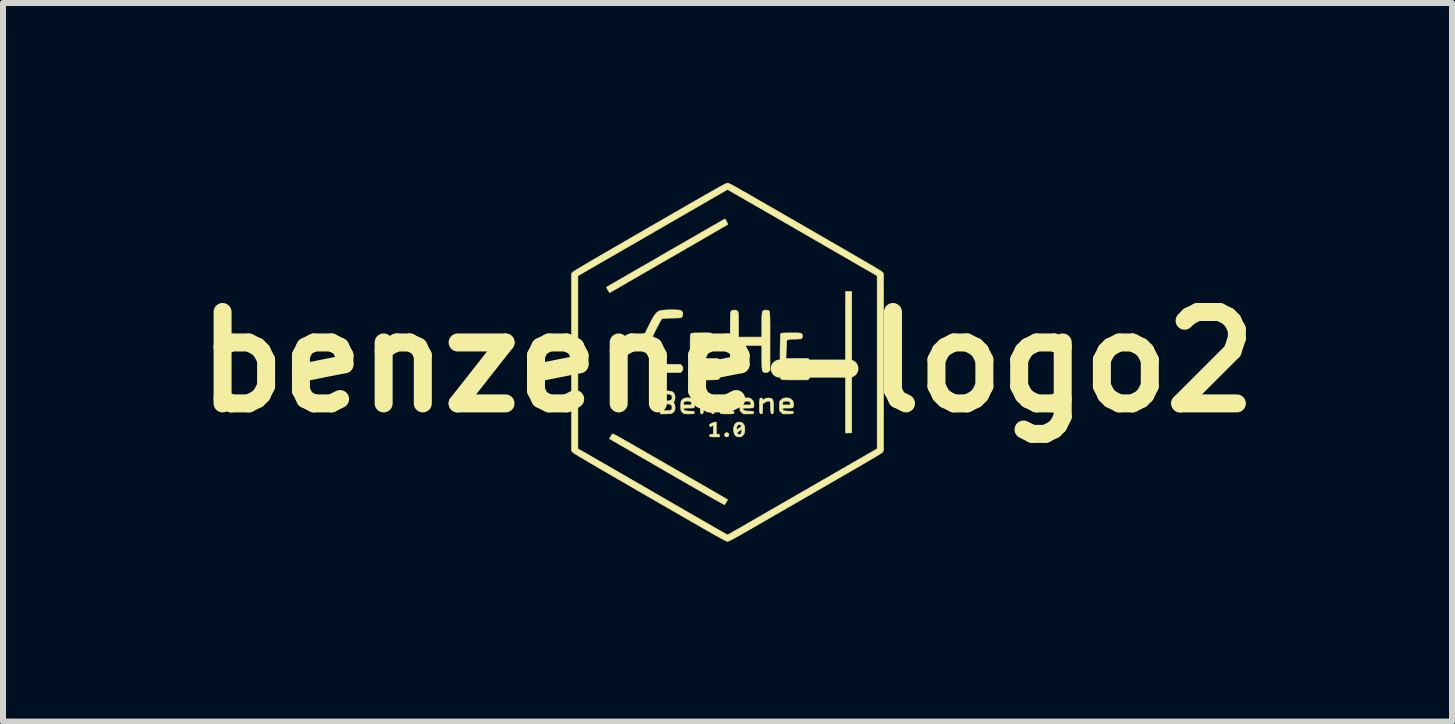
<source format=kicad_pcb>
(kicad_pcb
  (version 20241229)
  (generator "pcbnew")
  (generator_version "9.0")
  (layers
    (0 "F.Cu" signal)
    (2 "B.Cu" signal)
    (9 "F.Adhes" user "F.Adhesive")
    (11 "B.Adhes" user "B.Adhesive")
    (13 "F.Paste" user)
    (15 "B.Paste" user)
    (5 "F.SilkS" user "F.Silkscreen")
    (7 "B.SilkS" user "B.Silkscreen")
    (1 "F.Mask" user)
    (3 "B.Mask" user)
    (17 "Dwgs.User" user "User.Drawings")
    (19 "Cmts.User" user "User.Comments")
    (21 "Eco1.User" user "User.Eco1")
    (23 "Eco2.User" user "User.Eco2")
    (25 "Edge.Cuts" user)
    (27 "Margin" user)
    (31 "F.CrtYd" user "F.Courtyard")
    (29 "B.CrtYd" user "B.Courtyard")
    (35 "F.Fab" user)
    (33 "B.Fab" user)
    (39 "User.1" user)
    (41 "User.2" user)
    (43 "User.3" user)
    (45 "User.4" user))
  (footprint "benzene-logo2"
    (layer "F.Cu")
    (at 9.079 2.986)
    (property "Reference" "benzene-logo2" (at 0 0 0) (layer "F.SilkS") (effects (font (size 1.524 1.524) (thickness 0.3))))
    (attr through_hole)
    (fp_poly (pts (xy 2.07 -1.173) (xy 2.07 1.179) (xy 2.019 1.181) (xy 1.969 1.183) (xy 1.969 -1.177) (xy 2.07 -1.173)) (stroke (width 0.01) (type solid)) (fill yes) (layer "F.SilkS"))
    (fp_poly (pts (xy 0.005 1.183) (xy 0.018 1.195) (xy 0.022 1.212) (xy 0.017 1.231) (xy 0.016 1.232) (xy 0.001 1.245) (xy -0.017 1.248) (xy -0.035 1.24) (xy -0.043 1.232) (xy -0.049 1.212) (xy -0.045 1.194) (xy -0.031 1.182) (xy -0.012 1.177) (xy 0.005 1.183)) (stroke (width 0.01) (type solid)) (fill yes) (layer "F.SilkS"))
    (fp_poly (pts (xy -0.188 1.202) (xy -0.162 1.202) (xy -0.146 1.203) (xy -0.138 1.207) (xy -0.137 1.218) (xy -0.136 1.225) (xy -0.136 1.248) (xy -0.215 1.248) (xy -0.249 1.247) (xy -0.273 1.246) (xy -0.287 1.244) (xy -0.295 1.241) (xy -0.296 1.238) (xy -0.299 1.221) (xy -0.292 1.21) (xy -0.273 1.204) (xy -0.265 1.203) (xy -0.234 1.201) (xy -0.234 1.127) (xy -0.234 1.098) (xy -0.235 1.074) (xy -0.236 1.058) (xy -0.237 1.053) (xy -0.244 1.056) (xy -0.258 1.063) (xy -0.261 1.066) (xy -0.278 1.075) (xy -0.288 1.077) (xy -0.293 1.071) (xy -0.297 1.061) (xy -0.3 1.051) (xy -0.298 1.044) (xy -0.289 1.036) (xy -0.272 1.026) (xy -0.264 1.022) (xy -0.241 1.011) (xy -0.22 1.003) (xy -0.207 1.001) (xy -0.188 1.001) (xy -0.188 1.202)) (stroke (width 0.01) (type solid)) (fill yes) (layer "F.SilkS"))
    (fp_poly (pts (xy 0.04 0.598) (xy 0.069 0.599) (xy 0.089 0.602) (xy 0.101 0.606) (xy 0.108 0.614) (xy 0.11 0.624) (xy 0.11 0.633) (xy 0.109 0.641) (xy 0.104 0.651) (xy 0.095 0.663) (xy 0.079 0.68) (xy 0.057 0.703) (xy 0.025 0.733) (xy 0.025 0.734) (xy -0.06 0.815) (xy 0.019 0.819) (xy 0.054 0.82) (xy 0.078 0.823) (xy 0.094 0.825) (xy 0.103 0.829) (xy 0.106 0.833) (xy 0.109 0.846) (xy 0.104 0.854) (xy 0.099 0.858) (xy 0.09 0.861) (xy 0.074 0.863) (xy 0.051 0.864) (xy 0.017 0.864) (xy -0.006 0.864) (xy -0.051 0.864) (xy -0.084 0.862) (xy -0.105 0.86) (xy -0.115 0.857) (xy -0.116 0.856) (xy -0.121 0.845) (xy -0.123 0.829) (xy -0.122 0.821) (xy -0.117 0.811) (xy -0.108 0.798) (xy -0.092 0.781) (xy -0.07 0.758) (xy -0.041 0.73) (xy 0.042 0.65) (xy -0.017 0.65) (xy -0.057 0.649) (xy -0.085 0.645) (xy -0.102 0.639) (xy -0.11 0.63) (xy -0.11 0.625) (xy -0.109 0.615) (xy -0.104 0.608) (xy -0.094 0.603) (xy -0.077 0.6) (xy -0.05 0.598) (xy -0.013 0.598) (xy 0 0.598) (xy 0.04 0.598)) (stroke (width 0.01) (type solid)) (fill yes) (layer "F.SilkS"))
    (fp_poly (pts (xy -0.284 0.6) (xy -0.257 0.609) (xy -0.238 0.624) (xy -0.234 0.631) (xy -0.231 0.642) (xy -0.228 0.663) (xy -0.226 0.692) (xy -0.224 0.726) (xy -0.223 0.746) (xy -0.222 0.785) (xy -0.221 0.814) (xy -0.222 0.833) (xy -0.223 0.845) (xy -0.226 0.853) (xy -0.229 0.857) (xy -0.243 0.863) (xy -0.251 0.863) (xy -0.259 0.857) (xy -0.265 0.843) (xy -0.269 0.818) (xy -0.271 0.783) (xy -0.272 0.736) (xy -0.272 0.733) (xy -0.273 0.705) (xy -0.274 0.681) (xy -0.276 0.665) (xy -0.277 0.66) (xy -0.287 0.651) (xy -0.304 0.649) (xy -0.328 0.654) (xy -0.354 0.664) (xy -0.367 0.672) (xy -0.403 0.695) (xy -0.403 0.772) (xy -0.403 0.809) (xy -0.405 0.834) (xy -0.409 0.851) (xy -0.415 0.86) (xy -0.424 0.864) (xy -0.43 0.864) (xy -0.442 0.859) (xy -0.448 0.852) (xy -0.451 0.841) (xy -0.453 0.819) (xy -0.454 0.789) (xy -0.455 0.752) (xy -0.455 0.731) (xy -0.454 0.692) (xy -0.453 0.658) (xy -0.452 0.631) (xy -0.449 0.615) (xy -0.448 0.61) (xy -0.437 0.599) (xy -0.423 0.599) (xy -0.411 0.61) (xy -0.407 0.617) (xy -0.399 0.636) (xy -0.373 0.619) (xy -0.345 0.605) (xy -0.314 0.599) (xy -0.284 0.6)) (stroke (width 0.01) (type solid)) (fill yes) (layer "F.SilkS"))
    (fp_poly (pts (xy 0.575 0.605) (xy 0.584 0.62) (xy 0.586 0.626) (xy 0.588 0.632) (xy 0.594 0.632) (xy 0.606 0.624) (xy 0.614 0.619) (xy 0.643 0.605) (xy 0.675 0.599) (xy 0.705 0.601) (xy 0.732 0.61) (xy 0.752 0.627) (xy 0.755 0.632) (xy 0.759 0.645) (xy 0.761 0.669) (xy 0.763 0.706) (xy 0.763 0.754) (xy 0.763 0.793) (xy 0.763 0.822) (xy 0.762 0.841) (xy 0.761 0.853) (xy 0.758 0.859) (xy 0.754 0.862) (xy 0.75 0.863) (xy 0.736 0.861) (xy 0.729 0.856) (xy 0.726 0.847) (xy 0.723 0.827) (xy 0.72 0.8) (xy 0.718 0.768) (xy 0.718 0.763) (xy 0.716 0.722) (xy 0.714 0.693) (xy 0.712 0.673) (xy 0.709 0.66) (xy 0.704 0.653) (xy 0.697 0.65) (xy 0.687 0.65) (xy 0.682 0.65) (xy 0.659 0.653) (xy 0.633 0.665) (xy 0.621 0.673) (xy 0.585 0.696) (xy 0.585 0.772) (xy 0.584 0.812) (xy 0.582 0.84) (xy 0.578 0.855) (xy 0.577 0.856) (xy 0.562 0.864) (xy 0.548 0.86) (xy 0.539 0.848) (xy 0.537 0.835) (xy 0.535 0.813) (xy 0.534 0.783) (xy 0.533 0.748) (xy 0.533 0.731) (xy 0.533 0.695) (xy 0.534 0.662) (xy 0.536 0.636) (xy 0.538 0.619) (xy 0.539 0.614) (xy 0.549 0.601) (xy 0.562 0.598) (xy 0.575 0.605)) (stroke (width 0.01) (type solid)) (fill yes) (layer "F.SilkS"))
    (fp_poly (pts (xy -1.913 1.2) (xy -1.907 1.202) (xy -1.898 1.205) (xy -1.886 1.211) (xy -1.871 1.218) (xy -1.852 1.228) (xy -1.828 1.241) (xy -1.799 1.257) (xy -1.765 1.276) (xy -1.725 1.299) (xy -1.678 1.326) (xy -1.624 1.356) (xy -1.562 1.392) (xy -1.492 1.432) (xy -1.414 1.477) (xy -1.327 1.527) (xy -1.23 1.583) (xy -1.123 1.645) (xy -1.006 1.712) (xy -0.971 1.732) (xy -0.869 1.791) (xy -0.77 1.848) (xy -0.674 1.904) (xy -0.582 1.957) (xy -0.495 2.007) (xy -0.413 2.054) (xy -0.337 2.098) (xy -0.268 2.138) (xy -0.206 2.174) (xy -0.151 2.206) (xy -0.105 2.232) (xy -0.067 2.254) (xy -0.039 2.27) (xy -0.022 2.281) (xy -0.014 2.285) (xy -0.014 2.285) (xy 0.001 2.294) (xy -0.02 2.331) (xy -0.032 2.352) (xy -0.042 2.368) (xy -0.048 2.376) (xy -0.053 2.375) (xy -0.064 2.369) (xy -0.083 2.36) (xy -0.109 2.346) (xy -0.144 2.327) (xy -0.187 2.303) (xy -0.238 2.274) (xy -0.298 2.24) (xy -0.367 2.201) (xy -0.446 2.156) (xy -0.534 2.105) (xy -0.632 2.049) (xy -0.741 1.986) (xy -0.86 1.918) (xy -0.99 1.842) (xy -1.011 1.83) (xy -1.968 1.278) (xy -1.95 1.248) (xy -1.938 1.227) (xy -1.928 1.209) (xy -1.923 1.203) (xy -1.922 1.201) (xy -1.92 1.2) (xy -1.917 1.199) (xy -1.913 1.2)) (stroke (width 0.01) (type solid)) (fill yes) (layer "F.SilkS"))
    (fp_poly (pts (xy 0.228 1.006) (xy 0.255 1.021) (xy 0.274 1.047) (xy 0.285 1.083) (xy 0.288 1.117) (xy 0.285 1.158) (xy 0.277 1.191) (xy 0.261 1.216) (xy 0.25 1.228) (xy 0.231 1.241) (xy 0.213 1.247) (xy 0.196 1.248) (xy 0.168 1.244) (xy 0.146 1.235) (xy 0.123 1.214) (xy 0.109 1.183) (xy 0.109 1.181) (xy 0.156 1.181) (xy 0.16 1.188) (xy 0.167 1.197) (xy 0.184 1.207) (xy 0.204 1.207) (xy 0.222 1.198) (xy 0.224 1.196) (xy 0.231 1.184) (xy 0.236 1.167) (xy 0.239 1.149) (xy 0.24 1.133) (xy 0.238 1.123) (xy 0.233 1.121) (xy 0.22 1.13) (xy 0.203 1.142) (xy 0.185 1.156) (xy 0.169 1.169) (xy 0.159 1.178) (xy 0.156 1.181) (xy 0.109 1.181) (xy 0.102 1.141) (xy 0.102 1.133) (xy 0.148 1.133) (xy 0.167 1.12) (xy 0.185 1.108) (xy 0.205 1.095) (xy 0.21 1.092) (xy 0.224 1.081) (xy 0.233 1.072) (xy 0.234 1.069) (xy 0.228 1.057) (xy 0.215 1.046) (xy 0.199 1.04) (xy 0.195 1.04) (xy 0.175 1.045) (xy 0.16 1.063) (xy 0.152 1.091) (xy 0.151 1.099) (xy 0.148 1.133) (xy 0.102 1.133) (xy 0.102 1.132) (xy 0.104 1.09) (xy 0.113 1.058) (xy 0.129 1.032) (xy 0.14 1.02) (xy 0.159 1.007) (xy 0.177 1.002) (xy 0.194 1.001) (xy 0.228 1.006)) (stroke (width 0.01) (type solid)) (fill yes) (layer "F.SilkS"))
    (fp_poly (pts (xy -1.027 0.482) (xy -0.986 0.483) (xy -0.955 0.486) (xy -0.932 0.491) (xy -0.916 0.499) (xy -0.903 0.51) (xy -0.891 0.526) (xy -0.888 0.532) (xy -0.878 0.559) (xy -0.875 0.592) (xy -0.879 0.624) (xy -0.889 0.652) (xy -0.889 0.653) (xy -0.903 0.676) (xy -0.889 0.695) (xy -0.88 0.716) (xy -0.875 0.745) (xy -0.875 0.774) (xy -0.88 0.801) (xy -0.888 0.817) (xy -0.901 0.833) (xy -0.914 0.845) (xy -0.929 0.853) (xy -0.949 0.858) (xy -0.976 0.861) (xy -1.012 0.863) (xy -1.027 0.863) (xy -1.118 0.865) (xy -1.118 0.812) (xy -1.066 0.812) (xy -1.008 0.812) (xy -0.98 0.812) (xy -0.962 0.811) (xy -0.95 0.808) (xy -0.942 0.802) (xy -0.936 0.795) (xy -0.925 0.775) (xy -0.924 0.752) (xy -0.93 0.729) (xy -0.935 0.717) (xy -0.943 0.709) (xy -0.955 0.704) (xy -0.975 0.7) (xy -1.004 0.697) (xy -1.012 0.697) (xy -1.066 0.693) (xy -1.066 0.812) (xy -1.118 0.812) (xy -1.118 0.533) (xy -1.066 0.533) (xy -1.066 0.65) (xy -1.02 0.65) (xy -0.993 0.648) (xy -0.968 0.645) (xy -0.952 0.641) (xy -0.933 0.626) (xy -0.924 0.604) (xy -0.925 0.575) (xy -0.926 0.572) (xy -0.932 0.554) (xy -0.944 0.543) (xy -0.964 0.536) (xy -0.993 0.533) (xy -1.012 0.533) (xy -1.066 0.533) (xy -1.118 0.533) (xy -1.118 0.48) (xy -1.027 0.482)) (stroke (width 0.01) (type solid)) (fill yes) (layer "F.SilkS"))
    (fp_poly (pts (xy 1.009 0.599) (xy 1.028 0.603) (xy 1.046 0.612) (xy 1.053 0.617) (xy 1.071 0.631) (xy 1.085 0.645) (xy 1.089 0.651) (xy 1.094 0.666) (xy 1.097 0.688) (xy 1.098 0.713) (xy 1.097 0.736) (xy 1.093 0.753) (xy 1.09 0.759) (xy 1.08 0.763) (xy 1.057 0.765) (xy 1.022 0.767) (xy 0.999 0.767) (xy 0.965 0.767) (xy 0.942 0.767) (xy 0.927 0.769) (xy 0.92 0.771) (xy 0.917 0.775) (xy 0.916 0.779) (xy 0.921 0.792) (xy 0.93 0.803) (xy 0.938 0.809) (xy 0.95 0.813) (xy 0.969 0.816) (xy 0.996 0.818) (xy 1.019 0.819) (xy 1.052 0.82) (xy 1.074 0.822) (xy 1.087 0.825) (xy 1.094 0.828) (xy 1.097 0.833) (xy 1.097 0.834) (xy 1.098 0.845) (xy 1.093 0.854) (xy 1.081 0.859) (xy 1.061 0.863) (xy 1.031 0.864) (xy 1.004 0.864) (xy 0.924 0.864) (xy 0.896 0.839) (xy 0.867 0.814) (xy 0.867 0.735) (xy 0.868 0.702) (xy 0.868 0.692) (xy 0.916 0.692) (xy 0.916 0.715) (xy 1.046 0.715) (xy 1.046 0.694) (xy 1.043 0.673) (xy 1.032 0.659) (xy 1.012 0.652) (xy 0.985 0.65) (xy 0.953 0.652) (xy 0.931 0.66) (xy 0.92 0.673) (xy 0.916 0.692) (xy 0.868 0.692) (xy 0.868 0.68) (xy 0.87 0.664) (xy 0.873 0.654) (xy 0.879 0.646) (xy 0.887 0.637) (xy 0.91 0.616) (xy 0.935 0.604) (xy 0.964 0.598) (xy 0.983 0.598) (xy 1.009 0.599)) (stroke (width 0.01) (type solid)) (fill yes) (layer "F.SilkS"))
    (fp_poly (pts (xy 0.348 0.598) (xy 0.365 0.601) (xy 0.379 0.607) (xy 0.395 0.617) (xy 0.397 0.619) (xy 0.423 0.646) (xy 0.437 0.677) (xy 0.44 0.715) (xy 0.439 0.723) (xy 0.437 0.743) (xy 0.433 0.757) (xy 0.432 0.76) (xy 0.424 0.763) (xy 0.406 0.765) (xy 0.379 0.766) (xy 0.346 0.767) (xy 0.341 0.767) (xy 0.303 0.767) (xy 0.277 0.768) (xy 0.261 0.771) (xy 0.254 0.776) (xy 0.254 0.783) (xy 0.261 0.794) (xy 0.266 0.8) (xy 0.272 0.807) (xy 0.28 0.811) (xy 0.292 0.814) (xy 0.311 0.816) (xy 0.339 0.817) (xy 0.352 0.818) (xy 0.39 0.819) (xy 0.416 0.823) (xy 0.432 0.828) (xy 0.439 0.836) (xy 0.437 0.847) (xy 0.435 0.852) (xy 0.431 0.857) (xy 0.424 0.861) (xy 0.412 0.863) (xy 0.392 0.864) (xy 0.362 0.864) (xy 0.347 0.864) (xy 0.266 0.864) (xy 0.208 0.811) (xy 0.208 0.737) (xy 0.208 0.707) (xy 0.209 0.696) (xy 0.253 0.696) (xy 0.253 0.715) (xy 0.39 0.715) (xy 0.39 0.692) (xy 0.386 0.672) (xy 0.374 0.659) (xy 0.352 0.652) (xy 0.321 0.65) (xy 0.289 0.653) (xy 0.267 0.663) (xy 0.256 0.68) (xy 0.253 0.696) (xy 0.209 0.696) (xy 0.209 0.68) (xy 0.211 0.661) (xy 0.212 0.653) (xy 0.219 0.644) (xy 0.233 0.63) (xy 0.245 0.62) (xy 0.262 0.608) (xy 0.276 0.602) (xy 0.292 0.599) (xy 0.316 0.598) (xy 0.322 0.598) (xy 0.348 0.598)) (stroke (width 0.01) (type solid)) (fill yes) (layer "F.SilkS"))
    (fp_poly (pts (xy -0.64 0.598) (xy -0.622 0.601) (xy -0.607 0.607) (xy -0.593 0.617) (xy -0.574 0.632) (xy -0.562 0.647) (xy -0.555 0.665) (xy -0.553 0.69) (xy -0.552 0.71) (xy -0.553 0.737) (xy -0.555 0.753) (xy -0.559 0.761) (xy -0.563 0.763) (xy -0.573 0.764) (xy -0.593 0.766) (xy -0.621 0.766) (xy -0.652 0.767) (xy -0.654 0.767) (xy -0.69 0.767) (xy -0.715 0.768) (xy -0.729 0.772) (xy -0.735 0.777) (xy -0.732 0.786) (xy -0.724 0.798) (xy -0.722 0.8) (xy -0.716 0.807) (xy -0.708 0.811) (xy -0.696 0.814) (xy -0.677 0.816) (xy -0.649 0.818) (xy -0.632 0.819) (xy -0.6 0.82) (xy -0.578 0.822) (xy -0.565 0.824) (xy -0.558 0.827) (xy -0.554 0.832) (xy -0.553 0.837) (xy -0.555 0.852) (xy -0.56 0.859) (xy -0.57 0.861) (xy -0.589 0.863) (xy -0.616 0.864) (xy -0.644 0.864) (xy -0.677 0.864) (xy -0.699 0.863) (xy -0.715 0.861) (xy -0.726 0.857) (xy -0.736 0.851) (xy -0.74 0.849) (xy -0.756 0.836) (xy -0.767 0.824) (xy -0.774 0.81) (xy -0.778 0.792) (xy -0.779 0.766) (xy -0.78 0.735) (xy -0.779 0.705) (xy -0.778 0.693) (xy -0.734 0.693) (xy -0.734 0.715) (xy -0.598 0.715) (xy -0.598 0.696) (xy -0.603 0.673) (xy -0.618 0.659) (xy -0.644 0.651) (xy -0.664 0.65) (xy -0.697 0.653) (xy -0.719 0.661) (xy -0.731 0.676) (xy -0.734 0.693) (xy -0.778 0.693) (xy -0.778 0.678) (xy -0.775 0.658) (xy -0.773 0.649) (xy -0.764 0.638) (xy -0.748 0.624) (xy -0.739 0.617) (xy -0.724 0.607) (xy -0.709 0.601) (xy -0.691 0.598) (xy -0.666 0.598) (xy -0.64 0.598)) (stroke (width 0.01) (type solid)) (fill yes) (layer "F.SilkS"))
    (fp_poly (pts (xy -0.038 -2.379) (xy -0.029 -2.366) (xy -0.019 -2.347) (xy -0.009 -2.327) (xy -0.001 -2.31) (xy 0.003 -2.297) (xy 0.002 -2.294) (xy -0.004 -2.29) (xy -0.02 -2.281) (xy -0.046 -2.266) (xy -0.082 -2.245) (xy -0.126 -2.22) (xy -0.177 -2.19) (xy -0.236 -2.156) (xy -0.301 -2.118) (xy -0.372 -2.077) (xy -0.448 -2.033) (xy -0.528 -1.987) (xy -0.612 -1.939) (xy -0.698 -1.889) (xy -0.787 -1.837) (xy -0.877 -1.785) (xy -0.968 -1.733) (xy -1.06 -1.68) (xy -1.15 -1.628) (xy -1.239 -1.576) (xy -1.327 -1.526) (xy -1.411 -1.477) (xy -1.492 -1.43) (xy -1.569 -1.386) (xy -1.642 -1.344) (xy -1.709 -1.305) (xy -1.769 -1.27) (xy -1.823 -1.239) (xy -1.869 -1.213) (xy -1.907 -1.191) (xy -1.936 -1.174) (xy -1.956 -1.163) (xy -1.964 -1.159) (xy -1.969 -1.163) (xy -1.978 -1.176) (xy -1.991 -1.195) (xy -1.994 -1.2) (xy -2.006 -1.221) (xy -2.014 -1.238) (xy -2.016 -1.247) (xy -2.016 -1.248) (xy -2.01 -1.252) (xy -1.993 -1.262) (xy -1.966 -1.277) (xy -1.93 -1.298) (xy -1.886 -1.324) (xy -1.834 -1.354) (xy -1.775 -1.388) (xy -1.71 -1.426) (xy -1.639 -1.467) (xy -1.563 -1.51) (xy -1.483 -1.557) (xy -1.399 -1.605) (xy -1.312 -1.655) (xy -1.223 -1.706) (xy -1.133 -1.759) (xy -1.042 -1.811) (xy -0.951 -1.864) (xy -0.86 -1.916) (xy -0.771 -1.967) (xy -0.683 -2.018) (xy -0.599 -2.066) (xy -0.517 -2.113) (xy -0.44 -2.158) (xy -0.368 -2.199) (xy -0.301 -2.238) (xy -0.24 -2.273) (xy -0.186 -2.303) (xy -0.14 -2.33) (xy -0.102 -2.352) (xy -0.073 -2.368) (xy -0.053 -2.379) (xy -0.044 -2.384) (xy -0.044 -2.385) (xy -0.038 -2.379)) (stroke (width 0.01) (type solid)) (fill yes) (layer "F.SilkS"))
    (fp_poly (pts (xy 1.145 -0.486) (xy 1.177 -0.485) (xy 1.201 -0.483) (xy 1.218 -0.48) (xy 1.229 -0.475) (xy 1.238 -0.468) (xy 1.243 -0.459) (xy 1.246 -0.454) (xy 1.25 -0.434) (xy 1.245 -0.412) (xy 1.234 -0.395) (xy 1.228 -0.39) (xy 1.217 -0.387) (xy 1.196 -0.386) (xy 1.168 -0.384) (xy 1.135 -0.383) (xy 1.122 -0.383) (xy 1.077 -0.383) (xy 1.044 -0.381) (xy 1.021 -0.378) (xy 1.005 -0.374) (xy 0.994 -0.367) (xy 0.989 -0.359) (xy 0.987 -0.35) (xy 0.985 -0.329) (xy 0.983 -0.299) (xy 0.981 -0.263) (xy 0.979 -0.222) (xy 0.978 -0.203) (xy 0.974 -0.058) (xy 1.344 -0.058) (xy 1.358 -0.041) (xy 1.362 -0.035) (xy 1.365 -0.028) (xy 1.368 -0.017) (xy 1.369 -0.002) (xy 1.37 0.019) (xy 1.371 0.049) (xy 1.371 0.089) (xy 1.371 0.117) (xy 1.371 0.164) (xy 1.371 0.199) (xy 1.37 0.225) (xy 1.369 0.243) (xy 1.367 0.256) (xy 1.364 0.265) (xy 1.361 0.271) (xy 1.355 0.277) (xy 1.355 0.277) (xy 1.34 0.296) (xy 1.139 0.297) (xy 1.088 0.297) (xy 1.041 0.297) (xy 0.998 0.296) (xy 0.963 0.295) (xy 0.936 0.294) (xy 0.92 0.293) (xy 0.917 0.293) (xy 0.899 0.286) (xy 0.886 0.276) (xy 0.886 0.275) (xy 0.884 0.266) (xy 0.882 0.245) (xy 0.88 0.215) (xy 0.88 0.195) (xy 0.974 0.195) (xy 1.267 0.195) (xy 1.267 0.039) (xy 1.122 0.04) (xy 0.978 0.042) (xy 0.976 0.119) (xy 0.974 0.195) (xy 0.88 0.195) (xy 0.879 0.175) (xy 0.878 0.128) (xy 0.877 0.076) (xy 0.877 0.019) (xy 0.876 -0.04) (xy 0.876 -0.101) (xy 0.876 -0.162) (xy 0.877 -0.221) (xy 0.878 -0.278) (xy 0.878 -0.33) (xy 0.88 -0.376) (xy 0.881 -0.414) (xy 0.883 -0.444) (xy 0.885 -0.464) (xy 0.886 -0.471) (xy 0.89 -0.475) (xy 0.896 -0.479) (xy 0.905 -0.481) (xy 0.919 -0.483) (xy 0.939 -0.484) (xy 0.968 -0.485) (xy 1.007 -0.485) (xy 1.05 -0.486) (xy 1.104 -0.486) (xy 1.145 -0.486)) (stroke (width 0.01) (type solid)) (fill yes) (layer "F.SilkS"))
    (fp_poly (pts (xy 0.144 -0.862) (xy 0.165 -0.85) (xy 0.174 -0.838) (xy 0.176 -0.829) (xy 0.178 -0.813) (xy 0.18 -0.789) (xy 0.181 -0.756) (xy 0.181 -0.712) (xy 0.182 -0.657) (xy 0.182 -0.619) (xy 0.182 -0.416) (xy 0.572 -0.416) (xy 0.572 -0.614) (xy 0.572 -0.676) (xy 0.572 -0.726) (xy 0.573 -0.766) (xy 0.575 -0.797) (xy 0.578 -0.82) (xy 0.582 -0.836) (xy 0.587 -0.848) (xy 0.595 -0.855) (xy 0.604 -0.86) (xy 0.615 -0.864) (xy 0.615 -0.864) (xy 0.648 -0.867) (xy 0.664 -0.864) (xy 0.672 -0.862) (xy 0.68 -0.86) (xy 0.686 -0.857) (xy 0.691 -0.853) (xy 0.695 -0.847) (xy 0.699 -0.837) (xy 0.701 -0.823) (xy 0.704 -0.803) (xy 0.705 -0.778) (xy 0.707 -0.746) (xy 0.707 -0.707) (xy 0.708 -0.659) (xy 0.708 -0.602) (xy 0.708 -0.534) (xy 0.708 -0.455) (xy 0.708 -0.365) (xy 0.708 -0.347) (xy 0.708 0.136) (xy 0.694 0.153) (xy 0.674 0.167) (xy 0.648 0.174) (xy 0.62 0.173) (xy 0.609 0.17) (xy 0.599 0.165) (xy 0.591 0.159) (xy 0.585 0.15) (xy 0.58 0.136) (xy 0.577 0.117) (xy 0.575 0.091) (xy 0.573 0.057) (xy 0.572 0.013) (xy 0.572 -0.041) (xy 0.572 -0.081) (xy 0.572 -0.279) (xy 0.182 -0.279) (xy 0.182 -0.072) (xy 0.182 -0.014) (xy 0.182 0.031) (xy 0.181 0.067) (xy 0.181 0.094) (xy 0.18 0.114) (xy 0.178 0.128) (xy 0.176 0.137) (xy 0.174 0.144) (xy 0.17 0.149) (xy 0.167 0.153) (xy 0.148 0.166) (xy 0.123 0.173) (xy 0.096 0.173) (xy 0.078 0.167) (xy 0.072 0.164) (xy 0.067 0.161) (xy 0.062 0.156) (xy 0.059 0.15) (xy 0.055 0.141) (xy 0.053 0.127) (xy 0.051 0.11) (xy 0.049 0.086) (xy 0.048 0.057) (xy 0.047 0.02) (xy 0.046 -0.025) (xy 0.046 -0.08) (xy 0.046 -0.144) (xy 0.046 -0.219) (xy 0.046 -0.306) (xy 0.046 -0.346) (xy 0.046 -0.439) (xy 0.046 -0.52) (xy 0.046 -0.59) (xy 0.046 -0.649) (xy 0.046 -0.699) (xy 0.047 -0.74) (xy 0.049 -0.773) (xy 0.05 -0.799) (xy 0.053 -0.819) (xy 0.055 -0.834) (xy 0.059 -0.845) (xy 0.063 -0.852) (xy 0.069 -0.857) (xy 0.075 -0.86) (xy 0.082 -0.862) (xy 0.09 -0.864) (xy 0.09 -0.864) (xy 0.118 -0.867) (xy 0.144 -0.862)) (stroke (width 0.01) (type solid)) (fill yes) (layer "F.SilkS"))
    (fp_poly (pts (xy -0.334 -0.486) (xy -0.308 -0.486) (xy -0.291 -0.485) (xy -0.288 -0.484) (xy -0.266 -0.473) (xy -0.252 -0.456) (xy -0.247 -0.435) (xy -0.251 -0.414) (xy -0.264 -0.397) (xy -0.272 -0.392) (xy -0.281 -0.388) (xy -0.294 -0.385) (xy -0.313 -0.384) (xy -0.34 -0.384) (xy -0.377 -0.383) (xy -0.421 -0.383) (xy -0.454 -0.381) (xy -0.478 -0.378) (xy -0.494 -0.373) (xy -0.504 -0.365) (xy -0.511 -0.354) (xy -0.513 -0.349) (xy -0.515 -0.336) (xy -0.517 -0.312) (xy -0.519 -0.28) (xy -0.519 -0.24) (xy -0.52 -0.195) (xy -0.52 -0.058) (xy -0.339 -0.058) (xy -0.285 -0.058) (xy -0.243 -0.058) (xy -0.211 -0.058) (xy -0.187 -0.057) (xy -0.17 -0.056) (xy -0.158 -0.054) (xy -0.15 -0.051) (xy -0.144 -0.048) (xy -0.142 -0.046) (xy -0.137 -0.042) (xy -0.133 -0.036) (xy -0.13 -0.028) (xy -0.128 -0.016) (xy -0.127 0.002) (xy -0.126 0.029) (xy -0.125 0.065) (xy -0.125 0.102) (xy -0.124 0.155) (xy -0.124 0.197) (xy -0.126 0.229) (xy -0.129 0.252) (xy -0.134 0.268) (xy -0.142 0.279) (xy -0.152 0.286) (xy -0.165 0.291) (xy -0.167 0.292) (xy -0.179 0.293) (xy -0.202 0.295) (xy -0.233 0.296) (xy -0.272 0.297) (xy -0.315 0.297) (xy -0.361 0.298) (xy -0.407 0.298) (xy -0.452 0.298) (xy -0.494 0.298) (xy -0.53 0.297) (xy -0.558 0.296) (xy -0.576 0.295) (xy -0.579 0.294) (xy -0.597 0.287) (xy -0.608 0.278) (xy -0.611 0.275) (xy -0.613 0.27) (xy -0.615 0.263) (xy -0.617 0.252) (xy -0.618 0.237) (xy -0.619 0.216) (xy -0.62 0.189) (xy -0.62 0.154) (xy -0.621 0.11) (xy -0.621 0.057) (xy -0.622 0.039) (xy -0.52 0.039) (xy -0.52 0.195) (xy -0.227 0.195) (xy -0.227 0.039) (xy -0.52 0.039) (xy -0.622 0.039) (xy -0.622 -0.008) (xy -0.622 -0.084) (xy -0.622 -0.094) (xy -0.623 -0.171) (xy -0.623 -0.237) (xy -0.623 -0.292) (xy -0.623 -0.336) (xy -0.623 -0.372) (xy -0.622 -0.401) (xy -0.622 -0.422) (xy -0.62 -0.438) (xy -0.619 -0.45) (xy -0.617 -0.458) (xy -0.615 -0.463) (xy -0.613 -0.467) (xy -0.612 -0.469) (xy -0.607 -0.474) (xy -0.602 -0.477) (xy -0.595 -0.48) (xy -0.583 -0.482) (xy -0.566 -0.484) (xy -0.541 -0.485) (xy -0.507 -0.485) (xy -0.462 -0.486) (xy -0.451 -0.486) (xy -0.407 -0.486) (xy -0.368 -0.487) (xy -0.334 -0.486)) (stroke (width 0.01) (type solid)) (fill yes) (layer "F.SilkS"))
    (fp_poly (pts (xy -0.893 -0.87) (xy -0.854 -0.869) (xy -0.821 -0.867) (xy -0.796 -0.864) (xy -0.783 -0.861) (xy -0.762 -0.847) (xy -0.749 -0.826) (xy -0.745 -0.802) (xy -0.748 -0.778) (xy -0.758 -0.757) (xy -0.776 -0.742) (xy -0.788 -0.738) (xy -0.799 -0.737) (xy -0.82 -0.736) (xy -0.85 -0.735) (xy -0.887 -0.734) (xy -0.928 -0.733) (xy -0.943 -0.733) (xy -0.99 -0.732) (xy -1.025 -0.731) (xy -1.051 -0.73) (xy -1.069 -0.729) (xy -1.082 -0.727) (xy -1.09 -0.724) (xy -1.096 -0.72) (xy -1.098 -0.718) (xy -1.104 -0.709) (xy -1.116 -0.69) (xy -1.13 -0.664) (xy -1.148 -0.631) (xy -1.167 -0.595) (xy -1.187 -0.557) (xy -1.206 -0.519) (xy -1.224 -0.483) (xy -1.239 -0.451) (xy -1.251 -0.425) (xy -1.258 -0.407) (xy -1.258 -0.407) (xy -1.264 -0.385) (xy -1.267 -0.357) (xy -1.268 -0.341) (xy -1.268 -0.329) (xy -1.267 -0.318) (xy -1.264 -0.305) (xy -1.259 -0.29) (xy -1.251 -0.271) (xy -1.24 -0.246) (xy -1.224 -0.214) (xy -1.204 -0.173) (xy -1.187 -0.139) (xy -1.165 -0.096) (xy -1.145 -0.057) (xy -1.127 -0.024) (xy -1.112 0.003) (xy -1.1 0.021) (xy -1.094 0.03) (xy -1.094 0.03) (xy -1.084 0.032) (xy -1.063 0.033) (xy -1.034 0.035) (xy -0.997 0.037) (xy -0.955 0.038) (xy -0.931 0.039) (xy -0.78 0.042) (xy -0.763 0.06) (xy -0.748 0.082) (xy -0.744 0.109) (xy -0.75 0.136) (xy -0.763 0.155) (xy -0.78 0.172) (xy -0.931 0.173) (xy -0.975 0.173) (xy -1.017 0.173) (xy -1.053 0.172) (xy -1.082 0.171) (xy -1.101 0.169) (xy -1.106 0.169) (xy -1.153 0.151) (xy -1.193 0.122) (xy -1.205 0.11) (xy -1.214 0.097) (xy -1.228 0.074) (xy -1.246 0.043) (xy -1.266 0.006) (xy -1.287 -0.035) (xy -1.309 -0.078) (xy -1.33 -0.121) (xy -1.35 -0.162) (xy -1.368 -0.199) (xy -1.382 -0.231) (xy -1.391 -0.254) (xy -1.394 -0.262) (xy -1.401 -0.298) (xy -1.403 -0.34) (xy -1.402 -0.383) (xy -1.396 -0.421) (xy -1.391 -0.436) (xy -1.385 -0.451) (xy -1.374 -0.476) (xy -1.359 -0.509) (xy -1.341 -0.547) (xy -1.32 -0.589) (xy -1.303 -0.623) (xy -1.274 -0.681) (xy -1.248 -0.729) (xy -1.225 -0.767) (xy -1.204 -0.797) (xy -1.184 -0.82) (xy -1.164 -0.837) (xy -1.142 -0.849) (xy -1.118 -0.857) (xy -1.091 -0.863) (xy -1.081 -0.864) (xy -1.052 -0.867) (xy -1.017 -0.869) (xy -0.976 -0.87) (xy -0.934 -0.871) (xy -0.893 -0.87)) (stroke (width 0.01) (type solid)) (fill yes) (layer "F.SilkS"))
    (fp_poly (pts (xy 0.005 -2.981) (xy 0.011 -2.98) (xy 0.018 -2.978) (xy 0.028 -2.974) (xy 0.04 -2.969) (xy 0.056 -2.961) (xy 0.076 -2.951) (xy 0.1 -2.938) (xy 0.13 -2.921) (xy 0.166 -2.901) (xy 0.208 -2.877) (xy 0.257 -2.849) (xy 0.315 -2.817) (xy 0.38 -2.779) (xy 0.455 -2.736) (xy 0.539 -2.687) (xy 0.633 -2.633) (xy 0.69 -2.6) (xy 0.863 -2.501) (xy 1.024 -2.407) (xy 1.176 -2.32) (xy 1.317 -2.239) (xy 1.448 -2.163) (xy 1.569 -2.093) (xy 1.682 -2.028) (xy 1.786 -1.968) (xy 1.881 -1.913) (xy 1.969 -1.862) (xy 2.048 -1.816) (xy 2.121 -1.774) (xy 2.186 -1.736) (xy 2.245 -1.702) (xy 2.298 -1.671) (xy 2.344 -1.644) (xy 2.385 -1.62) (xy 2.422 -1.599) (xy 2.453 -1.58) (xy 2.479 -1.564) (xy 2.502 -1.551) (xy 2.521 -1.539) (xy 2.537 -1.53) (xy 2.549 -1.522) (xy 2.559 -1.515) (xy 2.567 -1.51) (xy 2.572 -1.506) (xy 2.576 -1.503) (xy 2.579 -1.5) (xy 2.581 -1.498) (xy 2.583 -1.496) (xy 2.584 -1.494) (xy 2.584 -1.494) (xy 2.599 -1.472) (xy 2.599 1.479) (xy 2.584 1.5) (xy 2.583 1.502) (xy 2.582 1.504) (xy 2.58 1.506) (xy 2.577 1.509) (xy 2.574 1.512) (xy 2.569 1.515) (xy 2.562 1.52) (xy 2.553 1.526) (xy 2.541 1.533) (xy 2.527 1.542) (xy 2.509 1.553) (xy 2.488 1.566) (xy 2.462 1.581) (xy 2.433 1.599) (xy 2.398 1.619) (xy 2.359 1.642) (xy 2.314 1.668) (xy 2.264 1.697) (xy 2.207 1.73) (xy 2.144 1.767) (xy 2.074 1.808) (xy 1.997 1.852) (xy 1.912 1.901) (xy 1.819 1.955) (xy 1.718 2.013) (xy 1.609 2.076) (xy 1.49 2.145) (xy 1.362 2.219) (xy 1.225 2.298) (xy 1.077 2.383) (xy 0.919 2.474) (xy 0.75 2.572) (xy 0.691 2.606) (xy 0.59 2.664) (xy 0.5 2.716) (xy 0.419 2.763) (xy 0.349 2.803) (xy 0.286 2.839) (xy 0.232 2.87) (xy 0.186 2.896) (xy 0.146 2.918) (xy 0.113 2.937) (xy 0.085 2.952) (xy 0.063 2.964) (xy 0.045 2.973) (xy 0.03 2.979) (xy 0.019 2.984) (xy 0.011 2.987) (xy 0.005 2.988) (xy -0.001 2.989) (xy -0.001 2.989) (xy -0.005 2.988) (xy -0.01 2.987) (xy -0.018 2.984) (xy -0.027 2.98) (xy -0.04 2.974) (xy -0.056 2.966) (xy -0.076 2.955) (xy -0.099 2.943) (xy -0.128 2.927) (xy -0.161 2.909) (xy -0.2 2.887) (xy -0.244 2.862) (xy -0.295 2.833) (xy -0.353 2.8) (xy -0.418 2.763) (xy -0.49 2.721) (xy -0.571 2.675) (xy -0.66 2.624) (xy -0.757 2.568) (xy -0.865 2.506) (xy -0.982 2.438) (xy -1.109 2.365) (xy -1.247 2.285) (xy -1.3 2.255) (xy -1.446 2.17) (xy -1.582 2.092) (xy -1.707 2.019) (xy -1.822 1.953) (xy -1.927 1.892) (xy -2.023 1.836) (xy -2.11 1.786) (xy -2.188 1.74) (xy -2.258 1.699) (xy -2.32 1.663) (xy -2.374 1.631) (xy -2.421 1.603) (xy -2.462 1.579) (xy -2.496 1.558) (xy -2.523 1.541) (xy -2.546 1.528) (xy -2.562 1.517) (xy -2.574 1.508) (xy -2.582 1.503) (xy -2.585 1.5) (xy -2.599 1.479) (xy -2.599 1.446) (xy -2.495 1.446) (xy -2.344 1.532) (xy -2.323 1.544) (xy -2.291 1.562) (xy -2.249 1.586) (xy -2.198 1.616) (xy -2.139 1.65) (xy -2.071 1.689) (xy -1.996 1.732) (xy -1.914 1.78) (xy -1.826 1.83) (xy -1.733 1.884) (xy -1.634 1.941) (xy -1.532 2) (xy -1.426 2.061) (xy -1.317 2.124) (xy -1.206 2.189) (xy -1.098 2.251) (xy -0.988 2.315) (xy -0.881 2.377) (xy -0.777 2.436) (xy -0.678 2.494) (xy -0.583 2.548) (xy -0.493 2.6) (xy -0.409 2.649) (xy -0.331 2.693) (xy -0.26 2.734) (xy -0.197 2.771) (xy -0.141 2.803) (xy -0.093 2.83) (xy -0.055 2.851) (xy -0.026 2.868) (xy -0.007 2.878) (xy 0.001 2.883) (xy 0.001 2.883) (xy 0.007 2.88) (xy 0.024 2.87) (xy 0.051 2.855) (xy 0.087 2.834) (xy 0.133 2.807) (xy 0.188 2.776) (xy 0.251 2.74) (xy 0.321 2.699) (xy 0.399 2.654) (xy 0.483 2.606) (xy 0.574 2.554) (xy 0.67 2.498) (xy 0.771 2.44) (xy 0.877 2.379) (xy 0.987 2.315) (xy 1.101 2.25) (xy 1.218 2.182) (xy 1.25 2.164) (xy 2.495 1.446) (xy 2.495 0.003) (xy 2.495 -1.439) (xy 1.248 -2.159) (xy 0.000323 -2.878) (xy -1.168 -2.204) (xy -1.283 -2.137) (xy -1.396 -2.072) (xy -1.505 -2.009) (xy -1.612 -1.948) (xy -1.714 -1.889) (xy -1.812 -1.832) (xy -1.904 -1.779) (xy -1.991 -1.729) (xy -2.071 -1.683) (xy -2.145 -1.64) (xy -2.211 -1.602) (xy -2.269 -1.569) (xy -2.318 -1.54) (xy -2.358 -1.517) (xy -2.388 -1.5) (xy -2.408 -1.488) (xy -2.415 -1.484) (xy -2.495 -1.439) (xy -2.495 0.003) (xy -2.495 1.446) (xy -2.599 1.446) (xy -2.599 -1.472) (xy -2.585 -1.493) (xy -2.581 -1.497) (xy -2.573 -1.503) (xy -2.56 -1.512) (xy -2.542 -1.523) (xy -2.519 -1.538) (xy -2.49 -1.555) (xy -2.455 -1.576) (xy -2.414 -1.601) (xy -2.365 -1.63) (xy -2.31 -1.662) (xy -2.247 -1.7) (xy -2.175 -1.741) (xy -2.096 -1.788) (xy -2.007 -1.839) (xy -1.91 -1.896) (xy -1.803 -1.958) (xy -1.686 -2.025) (xy -1.559 -2.099) (xy -1.421 -2.178) (xy -1.303 -2.247) (xy -1.16 -2.329) (xy -1.029 -2.405) (xy -0.908 -2.475) (xy -0.796 -2.539) (xy -0.694 -2.598) (xy -0.602 -2.651) (xy -0.518 -2.699) (xy -0.442 -2.743) (xy -0.374 -2.782) (xy -0.314 -2.816) (xy -0.26 -2.847) (xy -0.213 -2.873) (xy -0.172 -2.896) (xy -0.137 -2.916) (xy -0.107 -2.932) (xy -0.081 -2.946) (xy -0.061 -2.957) (xy -0.044 -2.966) (xy -0.03 -2.972) (xy -0.02 -2.977) (xy -0.012 -2.979) (xy -0.007 -2.981) (xy -0.005 -2.981) (xy -0.000308 -2.981) (xy 0.005 -2.981)) (stroke (width 0.01) (type solid)) (fill yes) (layer "F.SilkS")))
  (gr_rect
    (start -3 -3)
    (end 21.157 8.98)
    (stroke (width 0.1) (type default))
    (fill no)
    (layer "Edge.Cuts")))
</source>
